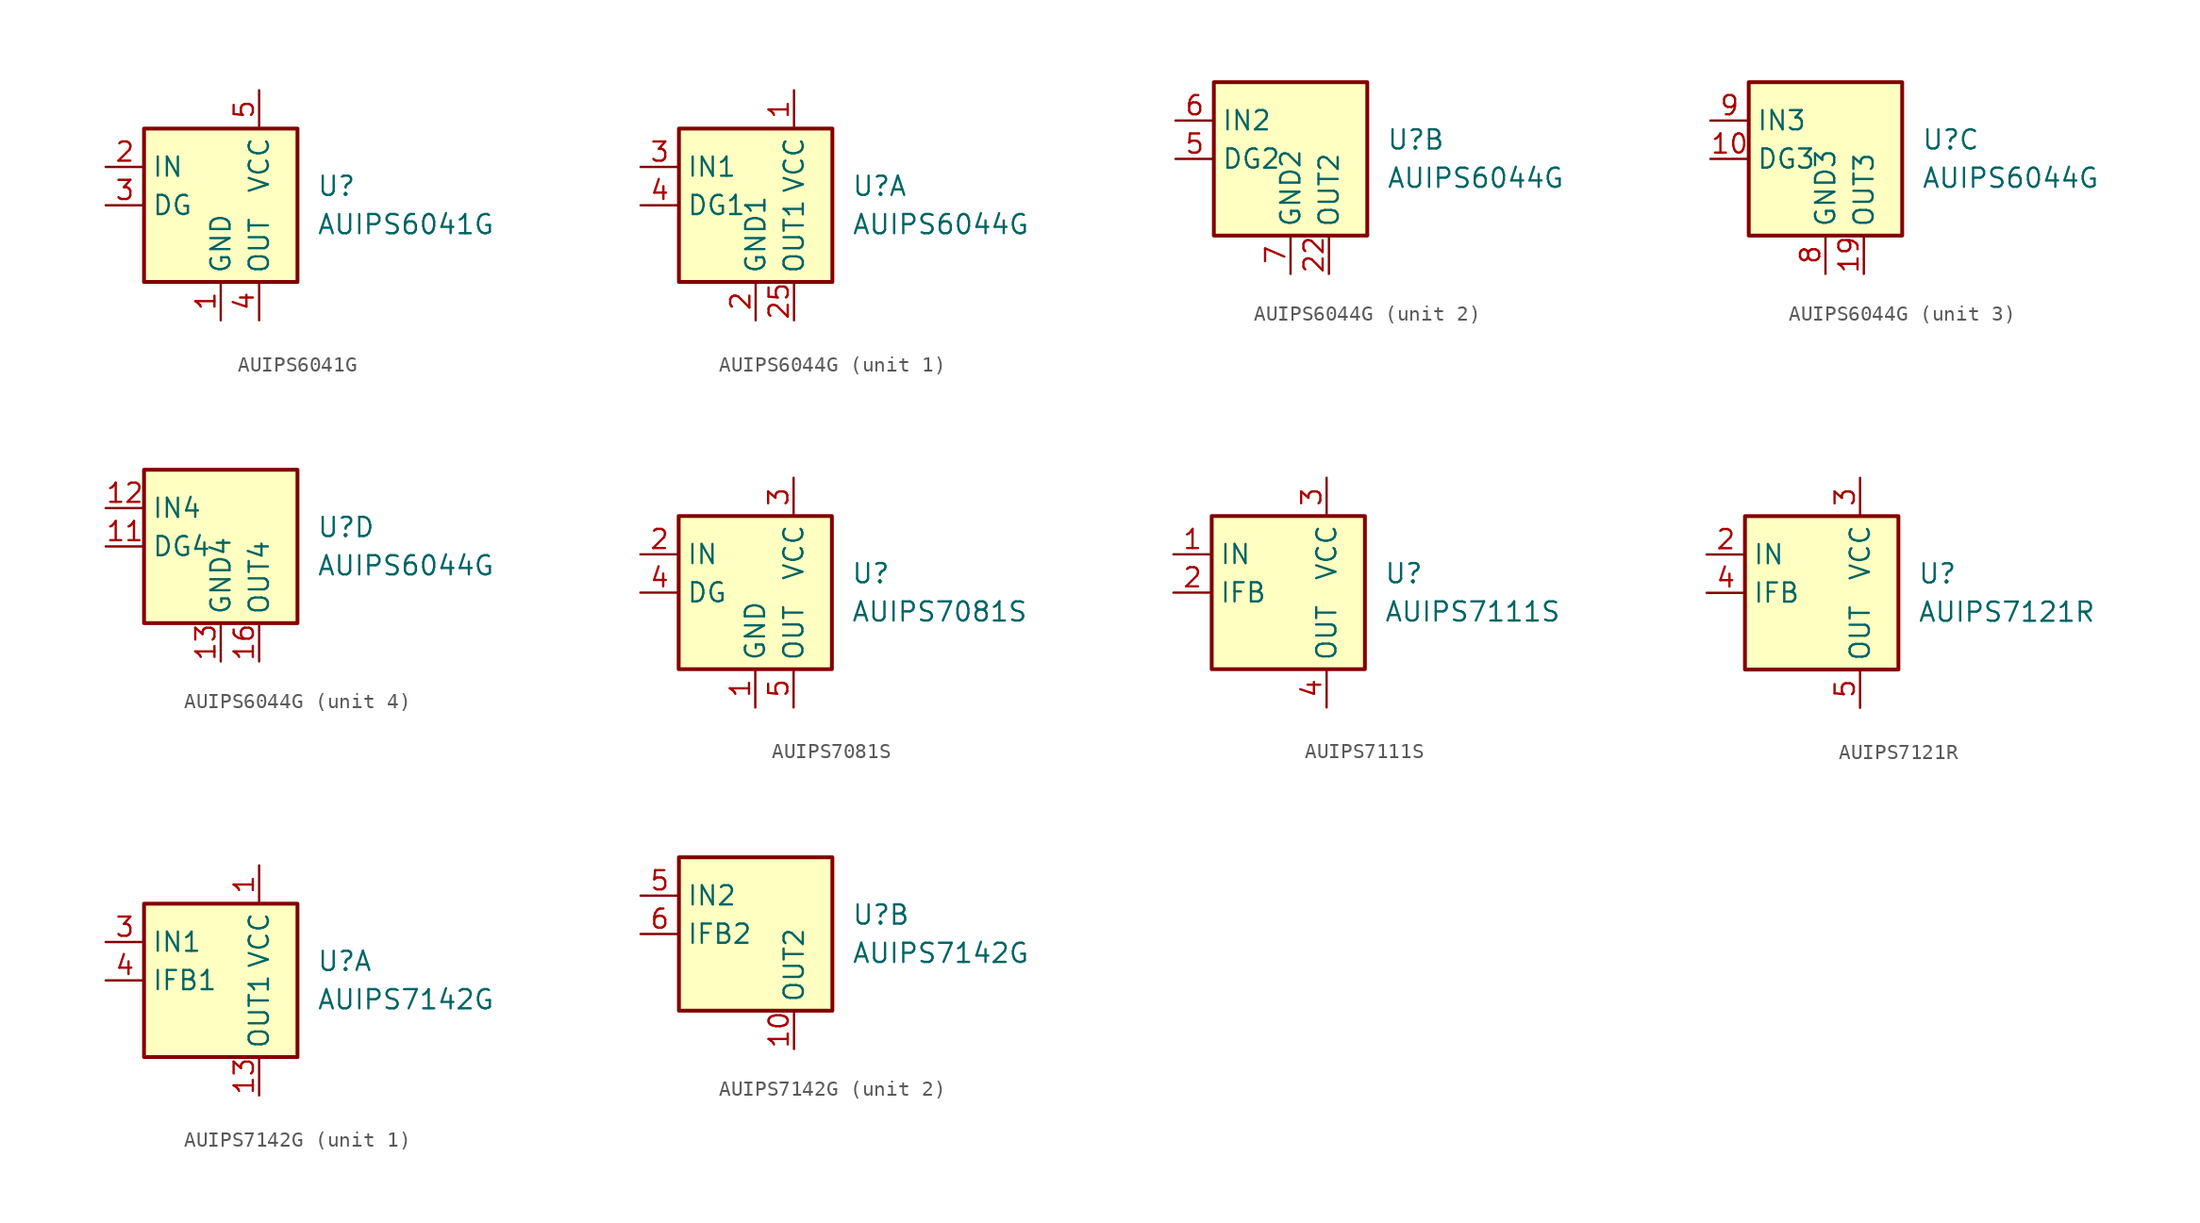
<source format=kicad_sym>
(kicad_symbol_lib
  (version 20201005)
  (generator kicad_symbol_editor)
  (symbol "Power_Management:AUIPS6041G"
    (property "Reference" "U"
      (at 3.81 1.27 0)
      (effects (font (size 1.27 1.27)) (justify left)))
    (property "Value" "AUIPS6041G"
      (at 3.81 -1.27 0)
      (effects (font (size 1.27 1.27)) (justify left)))
    (symbol "AUIPS6041G_0_1"
      (rectangle (start -7.62 5.08) (end 2.54 -5.08) (stroke (width 0.254)) (fill (type background))))
    (symbol "AUIPS6041G_1_1"
      (pin power_in line (at -2.54 -7.62 90) (length 2.54) (name "GND" (effects (font (size 1.27 1.27)))) (number "1" (effects (font (size 1.27 1.27)))))
      (pin input line (at -10.16 2.54 0) (length 2.54) (name "IN" (effects (font (size 1.27 1.27)))) (number "2" (effects (font (size 1.27 1.27)))))
      (pin open_collector line (at -10.16 0 0) (length 2.54) (name "DG" (effects (font (size 1.27 1.27)))) (number "3" (effects (font (size 1.27 1.27)))))
      (pin power_out line (at 0 -7.62 90) (length 2.54) (name "OUT" (effects (font (size 1.27 1.27)))) (number "4" (effects (font (size 1.27 1.27)))))
      (pin power_in line (at 0 7.62 270) (length 2.54) (name "VCC" (effects (font (size 1.27 1.27)))) (number "5" (effects (font (size 1.27 1.27)))))
      (pin passive line (at 0 7.62 270) (length 2.54) hide (name "VCC" (effects (font (size 1.27 1.27)))) (number "6" (effects (font (size 1.27 1.27)))))
      (pin passive line (at 0 7.62 270) (length 2.54) hide (name "VCC" (effects (font (size 1.27 1.27)))) (number "7" (effects (font (size 1.27 1.27)))))
      (pin passive line (at 0 7.62 270) (length 2.54) hide (name "VCC" (effects (font (size 1.27 1.27)))) (number "8" (effects (font (size 1.27 1.27)))))))
  (symbol "Power_Management:AUIPS6044G"
    (property "Reference" "U"
      (at 3.81 1.27 0)
      (effects (font (size 1.27 1.27)) (justify left)))
    (property "Value" "AUIPS6044G"
      (at 3.81 -1.27 0)
      (effects (font (size 1.27 1.27)) (justify left)))
    (symbol "AUIPS6044G_0_1"
      (rectangle (start -7.62 5.08) (end 2.54 -5.08) (stroke (width 0.254)) (fill (type background))))
    (symbol "AUIPS6044G_1_1"
      (pin power_in line (at 0 7.62 270) (length 2.54) (name "VCC" (effects (font (size 1.27 1.27)))) (number "1" (effects (font (size 1.27 1.27)))))
      (pin passive line (at 0 7.62 270) (length 2.54) hide (name "VCC" (effects (font (size 1.27 1.27)))) (number "14" (effects (font (size 1.27 1.27)))))
      (pin passive line (at 0 7.62 270) (length 2.54) hide (name "VCC" (effects (font (size 1.27 1.27)))) (number "15" (effects (font (size 1.27 1.27)))))
      (pin power_in line (at -2.54 -7.62 90) (length 2.54) (name "GND1" (effects (font (size 1.27 1.27)))) (number "2" (effects (font (size 1.27 1.27)))))
      (pin power_out line (at 0 -7.62 90) (length 2.54) (name "OUT1" (effects (font (size 1.27 1.27)))) (number "25" (effects (font (size 1.27 1.27)))))
      (pin passive line (at 0 -7.62 90) (length 2.54) hide (name "OUT1" (effects (font (size 1.27 1.27)))) (number "26" (effects (font (size 1.27 1.27)))))
      (pin passive line (at 0 -7.62 90) (length 2.54) hide (name "OUT1" (effects (font (size 1.27 1.27)))) (number "27" (effects (font (size 1.27 1.27)))))
      (pin passive line (at 0 7.62 270) (length 2.54) hide (name "VCC" (effects (font (size 1.27 1.27)))) (number "28" (effects (font (size 1.27 1.27)))))
      (pin input line (at -10.16 2.54 0) (length 2.54) (name "IN1" (effects (font (size 1.27 1.27)))) (number "3" (effects (font (size 1.27 1.27)))))
      (pin open_collector line (at -10.16 0 0) (length 2.54) (name "DG1" (effects (font (size 1.27 1.27)))) (number "4" (effects (font (size 1.27 1.27))))))
    (symbol "AUIPS6044G_2_1"
      (pin power_out line (at 0 -7.62 90) (length 2.54) (name "OUT2" (effects (font (size 1.27 1.27)))) (number "22" (effects (font (size 1.27 1.27)))))
      (pin passive line (at 0 -7.62 90) (length 2.54) hide (name "OUT2" (effects (font (size 1.27 1.27)))) (number "23" (effects (font (size 1.27 1.27)))))
      (pin passive line (at 0 -7.62 90) (length 2.54) hide (name "OUT2" (effects (font (size 1.27 1.27)))) (number "24" (effects (font (size 1.27 1.27)))))
      (pin open_collector line (at -10.16 0 0) (length 2.54) (name "DG2" (effects (font (size 1.27 1.27)))) (number "5" (effects (font (size 1.27 1.27)))))
      (pin input line (at -10.16 2.54 0) (length 2.54) (name "IN2" (effects (font (size 1.27 1.27)))) (number "6" (effects (font (size 1.27 1.27)))))
      (pin power_in line (at -2.54 -7.62 90) (length 2.54) (name "GND2" (effects (font (size 1.27 1.27)))) (number "7" (effects (font (size 1.27 1.27))))))
    (symbol "AUIPS6044G_3_1"
      (pin open_collector line (at -10.16 0 0) (length 2.54) (name "DG3" (effects (font (size 1.27 1.27)))) (number "10" (effects (font (size 1.27 1.27)))))
      (pin power_out line (at 0 -7.62 90) (length 2.54) (name "OUT3" (effects (font (size 1.27 1.27)))) (number "19" (effects (font (size 1.27 1.27)))))
      (pin passive line (at 0 -7.62 90) (length 2.54) hide (name "OUT3" (effects (font (size 1.27 1.27)))) (number "20" (effects (font (size 1.27 1.27)))))
      (pin passive line (at 0 -7.62 90) (length 2.54) hide (name "OUT3" (effects (font (size 1.27 1.27)))) (number "21" (effects (font (size 1.27 1.27)))))
      (pin power_in line (at -2.54 -7.62 90) (length 2.54) (name "GND3" (effects (font (size 1.27 1.27)))) (number "8" (effects (font (size 1.27 1.27)))))
      (pin input line (at -10.16 2.54 0) (length 2.54) (name "IN3" (effects (font (size 1.27 1.27)))) (number "9" (effects (font (size 1.27 1.27))))))
    (symbol "AUIPS6044G_4_1"
      (pin open_collector line (at -10.16 0 0) (length 2.54) (name "DG4" (effects (font (size 1.27 1.27)))) (number "11" (effects (font (size 1.27 1.27)))))
      (pin input line (at -10.16 2.54 0) (length 2.54) (name "IN4" (effects (font (size 1.27 1.27)))) (number "12" (effects (font (size 1.27 1.27)))))
      (pin power_in line (at -2.54 -7.62 90) (length 2.54) (name "GND4" (effects (font (size 1.27 1.27)))) (number "13" (effects (font (size 1.27 1.27)))))
      (pin power_out line (at 0 -7.62 90) (length 2.54) (name "OUT4" (effects (font (size 1.27 1.27)))) (number "16" (effects (font (size 1.27 1.27)))))
      (pin passive line (at 0 -7.62 90) (length 2.54) hide (name "OUT4" (effects (font (size 1.27 1.27)))) (number "17" (effects (font (size 1.27 1.27)))))
      (pin passive line (at 0 -7.62 90) (length 2.54) hide (name "OUT4" (effects (font (size 1.27 1.27)))) (number "18" (effects (font (size 1.27 1.27)))))))
  (symbol "Power_Management:AUIPS7081S"
    (property "Reference" "U"
      (at 3.81 1.27 0)
      (effects (font (size 1.27 1.27)) (justify left)))
    (property "Value" "AUIPS7081S"
      (at 3.81 -1.27 0)
      (effects (font (size 1.27 1.27)) (justify left)))
    (symbol "AUIPS7081S_0_1"
      (rectangle (start -7.62 5.08) (end 2.54 -5.08) (stroke (width 0.254)) (fill (type background))))
    (symbol "AUIPS7081S_1_1"
      (pin power_in line (at -2.54 -7.62 90) (length 2.54) (name "GND" (effects (font (size 1.27 1.27)))) (number "1" (effects (font (size 1.27 1.27)))))
      (pin input line (at -10.16 2.54 0) (length 2.54) (name "IN" (effects (font (size 1.27 1.27)))) (number "2" (effects (font (size 1.27 1.27)))))
      (pin power_in line (at 0 7.62 270) (length 2.54) (name "VCC" (effects (font (size 1.27 1.27)))) (number "3" (effects (font (size 1.27 1.27)))))
      (pin open_collector line (at -10.16 0 0) (length 2.54) (name "DG" (effects (font (size 1.27 1.27)))) (number "4" (effects (font (size 1.27 1.27)))))
      (pin power_out line (at 0 -7.62 90) (length 2.54) (name "OUT" (effects (font (size 1.27 1.27)))) (number "5" (effects (font (size 1.27 1.27)))))))
  (symbol "Power_Management:AUIPS7111S"
    (property "Reference" "U"
      (at 3.81 1.27 0)
      (effects (font (size 1.27 1.27)) (justify left)))
    (property "Value" "AUIPS7111S"
      (at 3.81 -1.27 0)
      (effects (font (size 1.27 1.27)) (justify left)))
    (symbol "AUIPS7111S_0_1"
      (rectangle (start -7.62 5.08) (end 2.54 -5.08) (stroke (width 0.254)) (fill (type background))))
    (symbol "AUIPS7111S_1_1"
      (pin input line (at -10.16 2.54 0) (length 2.54) (name "IN" (effects (font (size 1.27 1.27)))) (number "1" (effects (font (size 1.27 1.27)))))
      (pin output line (at -10.16 0 0) (length 2.54) (name "IFB" (effects (font (size 1.27 1.27)))) (number "2" (effects (font (size 1.27 1.27)))))
      (pin power_in line (at 0 7.62 270) (length 2.54) (name "VCC" (effects (font (size 1.27 1.27)))) (number "3" (effects (font (size 1.27 1.27)))))
      (pin power_out line (at 0 -7.62 90) (length 2.54) (name "OUT" (effects (font (size 1.27 1.27)))) (number "4" (effects (font (size 1.27 1.27)))))
      (pin passive line (at 0 -7.62 90) (length 2.54) hide (name "OUT" (effects (font (size 1.27 1.27)))) (number "5" (effects (font (size 1.27 1.27)))))))
  (symbol "Power_Management:AUIPS7121R"
    (property "Reference" "U"
      (at 3.81 1.27 0)
      (effects (font (size 1.27 1.27)) (justify left)))
    (property "Value" "AUIPS7121R"
      (at 3.81 -1.27 0)
      (effects (font (size 1.27 1.27)) (justify left)))
    (symbol "AUIPS7121R_0_1"
      (rectangle (start -7.62 5.08) (end 2.54 -5.08) (stroke (width 0.254)) (fill (type background))))
    (symbol "AUIPS7121R_1_1"
      (pin no_connect line (at -7.62 -2.54 0) (length 2.54) hide (name "NC" (effects (font (size 1.27 1.27)))) (number "1" (effects (font (size 1.27 1.27)))))
      (pin input line (at -10.16 2.54 0) (length 2.54) (name "IN" (effects (font (size 1.27 1.27)))) (number "2" (effects (font (size 1.27 1.27)))))
      (pin power_in line (at 0 7.62 270) (length 2.54) (name "VCC" (effects (font (size 1.27 1.27)))) (number "3" (effects (font (size 1.27 1.27)))))
      (pin output line (at -10.16 0 0) (length 2.54) (name "IFB" (effects (font (size 1.27 1.27)))) (number "4" (effects (font (size 1.27 1.27)))))
      (pin power_out line (at 0 -7.62 90) (length 2.54) (name "OUT" (effects (font (size 1.27 1.27)))) (number "5" (effects (font (size 1.27 1.27)))))))
  (symbol "Power_Management:AUIPS7142G"
    (property "Reference" "U"
      (at 3.81 1.27 0)
      (effects (font (size 1.27 1.27)) (justify left)))
    (property "Value" "AUIPS7142G"
      (at 3.81 -1.27 0)
      (effects (font (size 1.27 1.27)) (justify left)))
    (symbol "AUIPS7142G_0_1"
      (rectangle (start -7.62 5.08) (end 2.54 -5.08) (stroke (width 0.254)) (fill (type background))))
    (symbol "AUIPS7142G_1_1"
      (pin power_in line (at 0 7.62 270) (length 2.54) (name "VCC" (effects (font (size 1.27 1.27)))) (number "1" (effects (font (size 1.27 1.27)))))
      (pin power_out line (at 0 -7.62 90) (length 2.54) (name "OUT1" (effects (font (size 1.27 1.27)))) (number "13" (effects (font (size 1.27 1.27)))))
      (pin passive line (at 0 -7.62 90) (length 2.54) hide (name "OUT1" (effects (font (size 1.27 1.27)))) (number "14" (effects (font (size 1.27 1.27)))))
      (pin passive line (at 0 -7.62 90) (length 2.54) hide (name "OUT1" (effects (font (size 1.27 1.27)))) (number "15" (effects (font (size 1.27 1.27)))))
      (pin passive line (at 0 7.62 270) (length 2.54) hide (name "VCC" (effects (font (size 1.27 1.27)))) (number "16" (effects (font (size 1.27 1.27)))))
      (pin passive line (at 0 7.62 270) (length 2.54) hide (name "VCC" (effects (font (size 1.27 1.27)))) (number "2" (effects (font (size 1.27 1.27)))))
      (pin input line (at -10.16 2.54 0) (length 2.54) (name "IN1" (effects (font (size 1.27 1.27)))) (number "3" (effects (font (size 1.27 1.27)))))
      (pin output line (at -10.16 0 0) (length 2.54) (name "IFB1" (effects (font (size 1.27 1.27)))) (number "4" (effects (font (size 1.27 1.27)))))
      (pin passive line (at 0 7.62 270) (length 2.54) hide (name "VCC" (effects (font (size 1.27 1.27)))) (number "7" (effects (font (size 1.27 1.27)))))
      (pin passive line (at 0 7.62 270) (length 2.54) hide (name "VCC" (effects (font (size 1.27 1.27)))) (number "8" (effects (font (size 1.27 1.27)))))
      (pin passive line (at 0 7.62 270) (length 2.54) hide (name "VCC" (effects (font (size 1.27 1.27)))) (number "9" (effects (font (size 1.27 1.27))))))
    (symbol "AUIPS7142G_2_1"
      (pin power_out line (at 0 -7.62 90) (length 2.54) (name "OUT2" (effects (font (size 1.27 1.27)))) (number "10" (effects (font (size 1.27 1.27)))))
      (pin passive line (at 0 -7.62 90) (length 2.54) hide (name "OUT2" (effects (font (size 1.27 1.27)))) (number "11" (effects (font (size 1.27 1.27)))))
      (pin passive line (at 0 -7.62 90) (length 2.54) hide (name "OUT2" (effects (font (size 1.27 1.27)))) (number "12" (effects (font (size 1.27 1.27)))))
      (pin input line (at -10.16 2.54 0) (length 2.54) (name "IN2" (effects (font (size 1.27 1.27)))) (number "5" (effects (font (size 1.27 1.27)))))
      (pin output line (at -10.16 0 0) (length 2.54) (name "IFB2" (effects (font (size 1.27 1.27)))) (number "6" (effects (font (size 1.27 1.27))))))))
</source>
